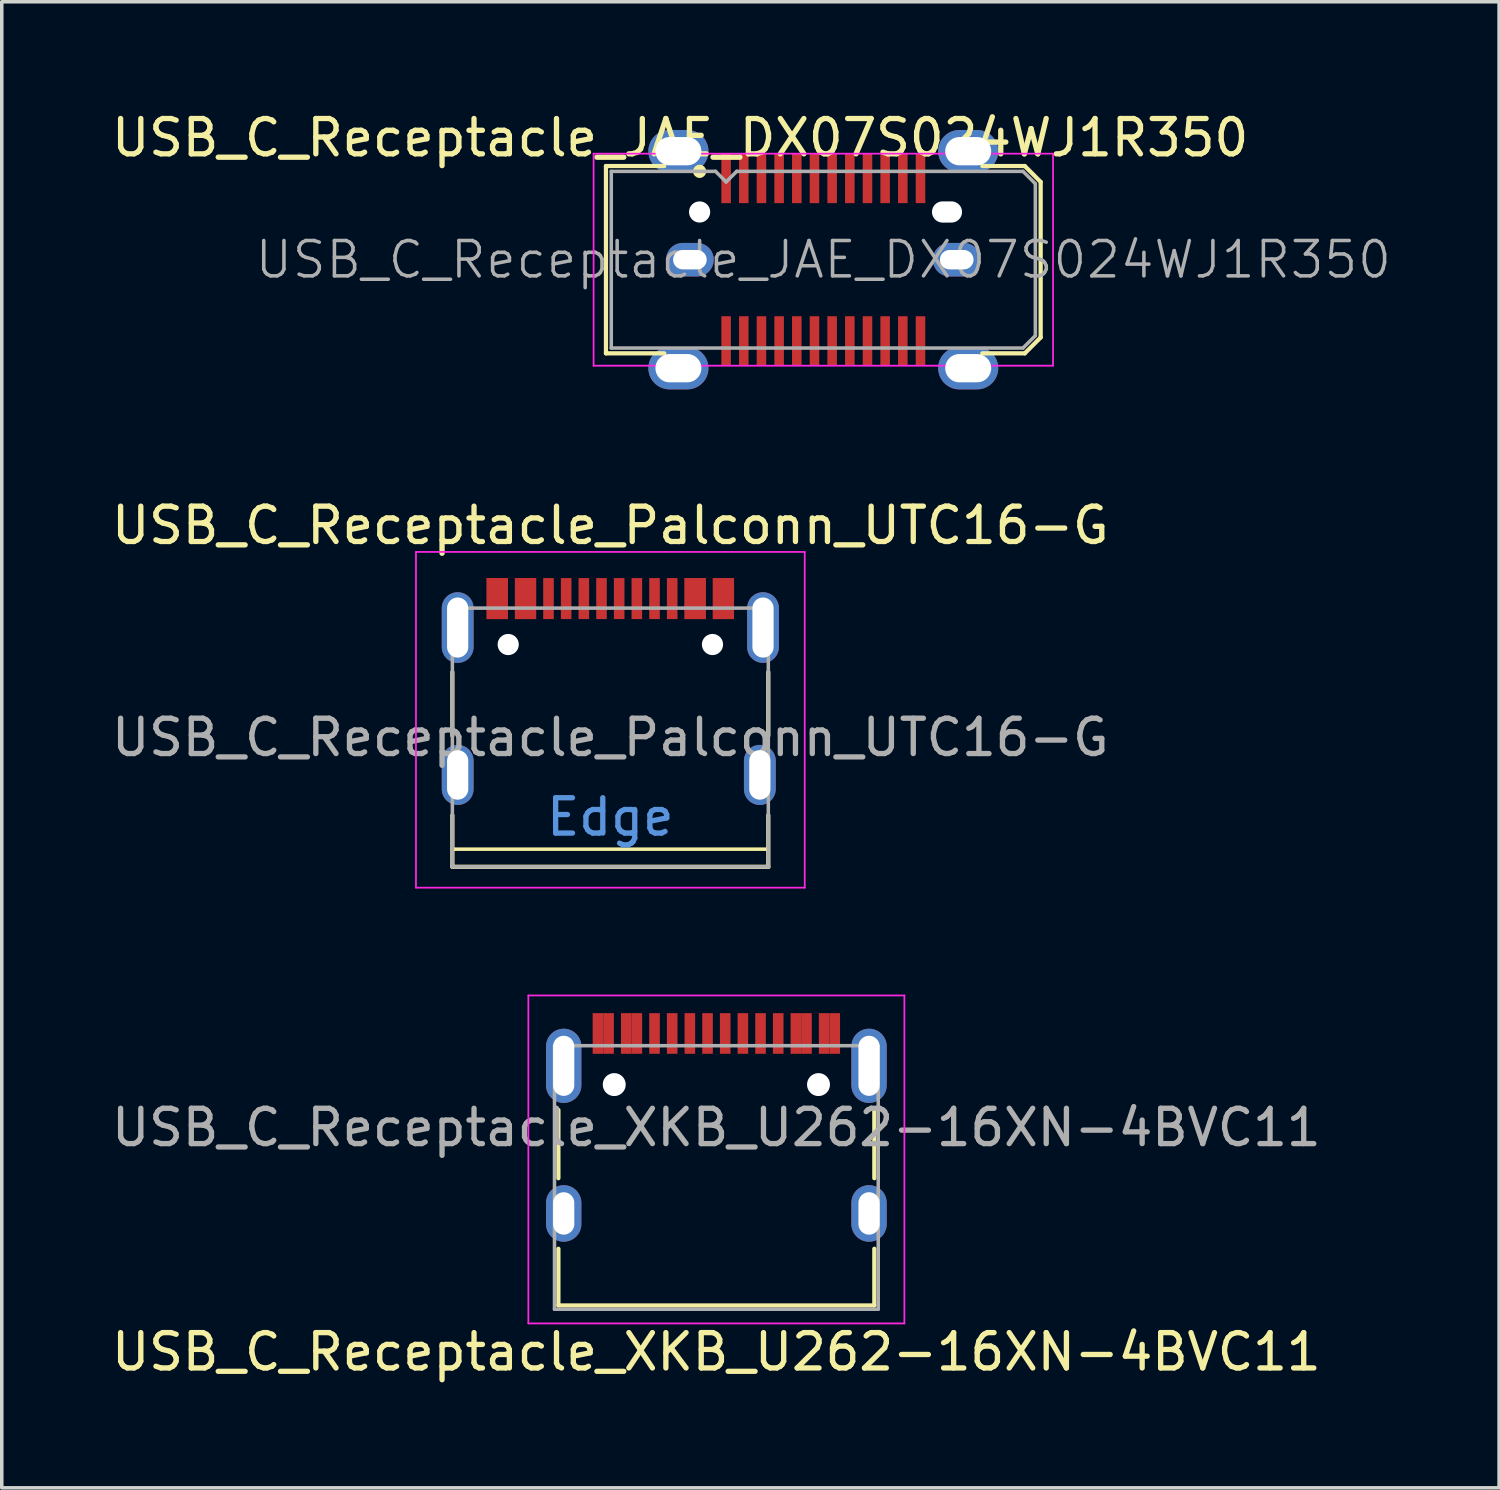
<source format=kicad_pcb>
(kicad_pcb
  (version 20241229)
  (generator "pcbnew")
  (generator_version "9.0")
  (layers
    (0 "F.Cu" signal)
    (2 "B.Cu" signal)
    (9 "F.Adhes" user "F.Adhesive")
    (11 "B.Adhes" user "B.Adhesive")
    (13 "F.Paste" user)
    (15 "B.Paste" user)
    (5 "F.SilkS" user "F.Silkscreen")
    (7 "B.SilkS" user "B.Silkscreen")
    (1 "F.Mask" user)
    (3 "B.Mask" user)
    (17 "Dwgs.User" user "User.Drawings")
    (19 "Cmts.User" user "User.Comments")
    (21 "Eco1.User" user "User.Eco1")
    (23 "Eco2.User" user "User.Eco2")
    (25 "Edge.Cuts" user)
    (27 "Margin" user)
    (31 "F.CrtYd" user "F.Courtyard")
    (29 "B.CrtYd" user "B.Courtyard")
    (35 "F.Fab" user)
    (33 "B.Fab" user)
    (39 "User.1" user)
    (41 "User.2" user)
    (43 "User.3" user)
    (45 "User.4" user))
  (footprint "USB_C_Receptacle_JAE_DX07S024WJ1R350"
    (layer "F.Cu")
    (at 20.246 4.298)
    (property "Reference" "USB_C_Receptacle_JAE_DX07S024WJ1R350" (at -4.05 -3.45 0) (layer "F.SilkS") (effects (font (size 1 1) (thickness 0.15))))
    (attr smd)
    (fp_line (start -6.15 -2.65) (end -6.15 2.65) (stroke (width 0.12) (type solid)) (layer "F.SilkS"))
    (fp_line (start -6.15 -2.65) (end -4.5 -2.65) (stroke (width 0.12) (type solid)) (layer "F.SilkS"))
    (fp_line (start -6.15 2.65) (end -4.5 2.65) (stroke (width 0.12) (type solid)) (layer "F.SilkS"))
    (fp_line (start 4.5 -2.65) (end 5.7 -2.65) (stroke (width 0.12) (type solid)) (layer "F.SilkS"))
    (fp_line (start 4.5 2.65) (end 5.7 2.65) (stroke (width 0.12) (type solid)) (layer "F.SilkS"))
    (fp_line (start 5.7 -2.65) (end 6.15 -2.2) (stroke (width 0.12) (type solid)) (layer "F.SilkS"))
    (fp_line (start 5.7 2.65) (end 6.15 2.2) (stroke (width 0.12) (type solid)) (layer "F.SilkS"))
    (fp_line (start 6.15 -2.2) (end 6.15 2.2) (stroke (width 0.12) (type solid)) (layer "F.SilkS"))
    (fp_circle (center -3.5 -2.5) (end -3.388 -2.5) (stroke (width 0.15) (type solid)) (fill no) (layer "F.SilkS"))
    (fp_line (start -6.5 -3) (end 6.5 -3) (stroke (width 0.05) (type solid)) (layer "F.CrtYd"))
    (fp_line (start -6.5 3) (end -6.5 -3) (stroke (width 0.05) (type solid)) (layer "F.CrtYd"))
    (fp_line (start 6.5 -3) (end 6.5 3) (stroke (width 0.05) (type solid)) (layer "F.CrtYd"))
    (fp_line (start 6.5 3) (end -6.5 3) (stroke (width 0.05) (type solid)) (layer "F.CrtYd"))
    (fp_line (start -6 -2.5) (end -3.05 -2.5) (stroke (width 0.1) (type solid)) (layer "F.Fab"))
    (fp_line (start -6 2.5) (end -6 -2.5) (stroke (width 0.1) (type solid)) (layer "F.Fab"))
    (fp_line (start -6 2.5) (end 5.65 2.5) (stroke (width 0.1) (type solid)) (layer "F.Fab"))
    (fp_line (start -3.05 -2.5) (end -2.75 -2.2) (stroke (width 0.1) (type solid)) (layer "F.Fab"))
    (fp_line (start -2.75 -2.2) (end -2.45 -2.5) (stroke (width 0.1) (type solid)) (layer "F.Fab"))
    (fp_line (start 5.65 -2.5) (end -2.45 -2.5) (stroke (width 0.1) (type solid)) (layer "F.Fab"))
    (fp_line (start 5.65 -2.5) (end 6 -2.15) (stroke (width 0.1) (type solid)) (layer "F.Fab"))
    (fp_line (start 5.65 2.5) (end 6 2.15) (stroke (width 0.1) (type solid)) (layer "F.Fab"))
    (fp_line (start 6 2.15) (end 6 -2.15) (stroke (width 0.1) (type solid)) (layer "F.Fab"))
    (fp_text user "${REFERENCE}" (at 0 0 0) (layer "F.Fab") (effects (font (size 1 1) (thickness 0.1))))
    (pad "" np_thru_hole circle (at -3.5 -1.35) (size 0.6 0.6) (drill 0.6) (layers "*.Cu" "*.Mask"))
    (pad "" np_thru_hole oval (at 3.5 -1.35) (size 0.85 0.6) (drill oval 0.85 0.6) (layers "*.Cu" "*.Mask"))
    (pad "A1" smd rect (at -2.75 -2.3) (size 0.27 1.4) (layers "F.Cu" "F.Mask" "F.Paste"))
    (pad "A2" smd rect (at -2.25 -2.3) (size 0.27 1.4) (layers "F.Cu" "F.Mask" "F.Paste"))
    (pad "A3" smd rect (at -1.75 -2.3) (size 0.27 1.4) (layers "F.Cu" "F.Mask" "F.Paste"))
    (pad "A4" smd rect (at -1.25 -2.3) (size 0.27 1.4) (layers "F.Cu" "F.Mask" "F.Paste"))
    (pad "A5" smd rect (at -0.75 -2.3) (size 0.27 1.4) (layers "F.Cu" "F.Mask" "F.Paste"))
    (pad "A6" smd rect (at -0.25 -2.3) (size 0.27 1.4) (layers "F.Cu" "F.Mask" "F.Paste"))
    (pad "A7" smd rect (at 0.25 -2.3) (size 0.27 1.4) (layers "F.Cu" "F.Mask" "F.Paste"))
    (pad "A8" smd rect (at 0.75 -2.3) (size 0.27 1.4) (layers "F.Cu" "F.Mask" "F.Paste"))
    (pad "A9" smd rect (at 1.25 -2.3) (size 0.27 1.4) (layers "F.Cu" "F.Mask" "F.Paste"))
    (pad "A10" smd rect (at 1.75 -2.3) (size 0.27 1.4) (layers "F.Cu" "F.Mask" "F.Paste"))
    (pad "A11" smd rect (at 2.25 -2.3) (size 0.27 1.4) (layers "F.Cu" "F.Mask" "F.Paste"))
    (pad "A12" smd rect (at 2.75 -2.3) (size 0.27 1.4) (layers "F.Cu" "F.Mask" "F.Paste"))
    (pad "B1" smd rect (at 2.75 2.3) (size 0.27 1.4) (layers "F.Cu" "F.Mask" "F.Paste"))
    (pad "B2" smd rect (at 2.25 2.3) (size 0.27 1.4) (layers "F.Cu" "F.Mask" "F.Paste"))
    (pad "B3" smd rect (at 1.75 2.3) (size 0.27 1.4) (layers "F.Cu" "F.Mask" "F.Paste"))
    (pad "B4" smd rect (at 1.25 2.3) (size 0.27 1.4) (layers "F.Cu" "F.Mask" "F.Paste"))
    (pad "B5" smd rect (at 0.75 2.3) (size 0.27 1.4) (layers "F.Cu" "F.Mask" "F.Paste"))
    (pad "B6" smd rect (at 0.25 2.3) (size 0.27 1.4) (layers "F.Cu" "F.Mask" "F.Paste"))
    (pad "B7" smd rect (at -0.25 2.3) (size 0.27 1.4) (layers "F.Cu" "F.Mask" "F.Paste"))
    (pad "B8" smd rect (at -0.75 2.3) (size 0.27 1.4) (layers "F.Cu" "F.Mask" "F.Paste"))
    (pad "B9" smd rect (at -1.25 2.3) (size 0.27 1.4) (layers "F.Cu" "F.Mask" "F.Paste"))
    (pad "B10" smd rect (at -1.75 2.3) (size 0.27 1.4) (layers "F.Cu" "F.Mask" "F.Paste"))
    (pad "B11" smd rect (at -2.25 2.3) (size 0.27 1.4) (layers "F.Cu" "F.Mask" "F.Paste"))
    (pad "B12" smd rect (at -2.75 2.3) (size 0.27 1.4) (layers "F.Cu" "F.Mask" "F.Paste"))
    (pad "S1" thru_hole oval (at -4.1 -3.07 90) (size 1.2 1.7) (drill oval 0.8 1.3) (layers "*.Cu" "*.Mask"))
    (pad "S1" thru_hole oval (at -4.1 3.07 90) (size 1.2 1.7) (drill oval 0.8 1.3) (layers "*.Cu" "*.Mask"))
    (pad "S1" thru_hole oval (at -3.775 0 90) (size 0.95 1.35) (drill oval 0.55 0.95) (layers "*.Cu" "*.Mask"))
    (pad "S1" thru_hole oval (at 3.775 0 90) (size 0.95 1.35) (drill oval 0.55 0.95) (layers "*.Cu" "*.Mask"))
    (pad "S1" thru_hole oval (at 4.1 -3.07 90) (size 1.2 1.7) (drill oval 0.8 1.3) (layers "*.Cu" "*.Mask"))
    (pad "S1" thru_hole oval (at 4.1 3.07 90) (size 1.2 1.7) (drill oval 0.8 1.3) (layers "*.Cu" "*.Mask")))
  (footprint "USB_C_Receptacle_XKB_U262-16XN-4BVC11"
    (layer "F.Cu")
    (at 17.22 30.267)
    (property "Reference" "USB_C_Receptacle_XKB_U262-16XN-4BVC11" (at 0 4.935 0) (layer "F.SilkS") (effects (font (size 1 1) (thickness 0.15))))
    (attr smd)
    (fp_line (start -4.47 -1.909) (end -4.47 0.021) (stroke (width 0.12) (type solid)) (layer "F.SilkS"))
    (fp_line (start -4.47 3.619) (end -4.47 2.018) (stroke (width 0.12) (type solid)) (layer "F.SilkS"))
    (fp_line (start 4.47 0.021) (end 4.47 -1.909) (stroke (width 0.12) (type solid)) (layer "F.SilkS"))
    (fp_line (start 4.47 2.018) (end 4.47 3.619) (stroke (width 0.12) (type solid)) (layer "F.SilkS"))
    (fp_line (start 4.47 3.622) (end -4.47 3.622) (stroke (width 0.12) (type solid)) (layer "F.SilkS"))
    (fp_line (start -5.32 -5.15) (end 5.32 -5.15) (stroke (width 0.05) (type solid)) (layer "F.CrtYd"))
    (fp_line (start -5.32 4.13) (end -5.32 -5.15) (stroke (width 0.05) (type solid)) (layer "F.CrtYd"))
    (fp_line (start 5.32 -5.15) (end 5.32 4.13) (stroke (width 0.05) (type solid)) (layer "F.CrtYd"))
    (fp_line (start 5.32 4.13) (end -5.32 4.13) (stroke (width 0.05) (type solid)) (layer "F.CrtYd"))
    (fp_line (start -4.58 -3.728) (end -4.58 3.728) (stroke (width 0.1) (type solid)) (layer "F.Fab"))
    (fp_line (start -4.58 3.728) (end 4.58 3.728) (stroke (width 0.1) (type solid)) (layer "F.Fab"))
    (fp_line (start -4.47 -3.728) (end 4.47 -3.728) (stroke (width 0.1) (type solid)) (layer "F.Fab"))
    (fp_line (start 4.58 3.728) (end 4.58 -3.728) (stroke (width 0.1) (type solid)) (layer "F.Fab"))
    (fp_text user "${REFERENCE}" (at 0 -1.413 0) (layer "F.Fab") (effects (font (size 1 1) (thickness 0.15))))
    (pad "" np_thru_hole circle (at -2.89 -2.628) (size 0.65 0.65) (drill 0.65) (layers "*.Cu" "*.Mask"))
    (pad "" np_thru_hole circle (at 2.89 -2.628) (size 0.65 0.65) (drill 0.65) (layers "*.Cu" "*.Mask"))
    (pad "A1" smd rect (at -3.35 -4.074) (size 0.3 1.15) (layers "F.Cu" "F.Mask" "F.Paste"))
    (pad "A4" smd rect (at -2.55 -4.074) (size 0.3 1.15) (layers "F.Cu" "F.Mask" "F.Paste"))
    (pad "A5" smd rect (at -1.25 -4.074) (size 0.3 1.15) (layers "F.Cu" "F.Mask" "F.Paste"))
    (pad "A6" smd rect (at -0.25 -4.074) (size 0.3 1.15) (layers "F.Cu" "F.Mask" "F.Paste"))
    (pad "A7" smd rect (at 0.25 -4.074) (size 0.3 1.15) (layers "F.Cu" "F.Mask" "F.Paste"))
    (pad "A8" smd rect (at 1.25 -4.074) (size 0.3 1.15) (layers "F.Cu" "F.Mask" "F.Paste"))
    (pad "A9" smd rect (at 2.55 -4.074) (size 0.3 1.15) (layers "F.Cu" "F.Mask" "F.Paste"))
    (pad "A12" smd rect (at 3.35 -4.074) (size 0.3 1.15) (layers "F.Cu" "F.Mask" "F.Paste"))
    (pad "B1" smd rect (at 3.05 -4.074) (size 0.3 1.15) (layers "F.Cu" "F.Mask" "F.Paste"))
    (pad "B4" smd rect (at 2.25 -4.074) (size 0.3 1.15) (layers "F.Cu" "F.Mask" "F.Paste"))
    (pad "B5" smd rect (at 1.75 -4.074) (size 0.3 1.15) (layers "F.Cu" "F.Mask" "F.Paste"))
    (pad "B6" smd rect (at 0.75 -4.074) (size 0.3 1.15) (layers "F.Cu" "F.Mask" "F.Paste"))
    (pad "B7" smd rect (at -0.75 -4.074) (size 0.3 1.15) (layers "F.Cu" "F.Mask" "F.Paste"))
    (pad "B8" smd rect (at -1.75 -4.074) (size 0.3 1.15) (layers "F.Cu" "F.Mask" "F.Paste"))
    (pad "B9" smd rect (at -2.25 -4.074) (size 0.3 1.15) (layers "F.Cu" "F.Mask" "F.Paste"))
    (pad "B12" smd rect (at -3.05 -4.074) (size 0.3 1.15) (layers "F.Cu" "F.Mask" "F.Paste"))
    (pad "S1" thru_hole oval (at -4.32 -3.159) (size 1 2.1) (drill oval 0.6 1.7) (layers "*.Cu" "*.Mask"))
    (pad "S1" thru_hole oval (at -4.32 1.018) (size 1 1.6) (drill oval 0.6 1.2) (layers "*.Cu" "*.Mask"))
    (pad "S1" thru_hole oval (at 4.32 -3.159) (size 1 2.1) (drill oval 0.6 1.7) (layers "*.Cu" "*.Mask"))
    (pad "S1" thru_hole oval (at 4.32 1.018) (size 1 1.6) (drill oval 0.6 1.2) (layers "*.Cu" "*.Mask")))
  (footprint "USB_C_Receptacle_Palconn_UTC16-G"
    (layer "F.Cu")
    (at 14.22 16.517)
    (property "Reference" "USB_C_Receptacle_Palconn_UTC16-G" (at 0 -4.7 0) (layer "F.SilkS") (effects (font (size 1 1) (thickness 0.15))))
    (attr smd)
    (fp_line (start -4.47 -0.55) (end -4.47 1.25) (stroke (width 0.12) (type solid)) (layer "F.SilkS"))
    (fp_line (start -4.47 4.46) (end 4.47 4.46) (stroke (width 0.1) (type solid)) (layer "F.SilkS"))
    (fp_line (start -4.47 4.96) (end -4.47 3.5) (stroke (width 0.12) (type solid)) (layer "F.SilkS"))
    (fp_line (start 4.47 -0.55) (end 4.47 1.25) (stroke (width 0.12) (type solid)) (layer "F.SilkS"))
    (fp_line (start 4.47 4.96) (end -4.47 4.96) (stroke (width 0.12) (type solid)) (layer "F.SilkS"))
    (fp_line (start 4.47 4.96) (end 4.47 3.5) (stroke (width 0.12) (type solid)) (layer "F.SilkS"))
    (fp_line (start -5.5 -3.95) (end -5.5 5.55) (stroke (width 0.05) (type solid)) (layer "F.CrtYd"))
    (fp_line (start -5.5 5.55) (end 5.5 5.55) (stroke (width 0.05) (type solid)) (layer "F.CrtYd"))
    (fp_line (start 5.5 -3.95) (end -5.5 -3.95) (stroke (width 0.05) (type solid)) (layer "F.CrtYd"))
    (fp_line (start 5.5 5.55) (end 5.5 -3.95) (stroke (width 0.05) (type solid)) (layer "F.CrtYd"))
    (fp_line (start -4.47 -2.36) (end -4.47 4.96) (stroke (width 0.1) (type solid)) (layer "F.Fab"))
    (fp_line (start -4.47 -2.36) (end 4.47 -2.36) (stroke (width 0.1) (type solid)) (layer "F.Fab"))
    (fp_line (start 4.47 -2.36) (end 4.47 4.96) (stroke (width 0.1) (type solid)) (layer "F.Fab"))
    (fp_line (start 4.47 4.96) (end -4.47 4.96) (stroke (width 0.1) (type solid)) (layer "F.Fab"))
    (fp_text user "Edge" (at 0 3.55 0) (layer "Cmts.User") (effects (font (size 1 1) (thickness 0.15))))
    (fp_text user "${REFERENCE}" (at 0 1.3 0) (layer "F.Fab") (effects (font (size 1 1) (thickness 0.15))))
    (pad "" np_thru_hole circle (at -2.89 -1.33 180) (size 0.6 0.6) (drill 0.6) (layers "*.Cu" "*.Mask"))
    (pad "" np_thru_hole circle (at 2.89 -1.33 180) (size 0.6 0.6) (drill 0.6) (layers "*.Cu" "*.Mask"))
    (pad "A1" smd rect (at -3.2 -2.63) (size 0.6 1.16) (layers "F.Cu" "F.Mask" "F.Paste"))
    (pad "A4" smd rect (at -2.4 -2.63) (size 0.6 1.16) (layers "F.Cu" "F.Mask" "F.Paste"))
    (pad "A5" smd rect (at -1.25 -2.63 180) (size 0.3 1.16) (layers "F.Cu" "F.Mask" "F.Paste"))
    (pad "A6" smd rect (at -0.25 -2.63 180) (size 0.3 1.16) (layers "F.Cu" "F.Mask" "F.Paste"))
    (pad "A7" smd rect (at 0.25 -2.63 180) (size 0.3 1.16) (layers "F.Cu" "F.Mask" "F.Paste"))
    (pad "A8" smd rect (at 1.25 -2.63 180) (size 0.3 1.16) (layers "F.Cu" "F.Mask" "F.Paste"))
    (pad "A9" smd rect (at 2.4 -2.63) (size 0.6 1.16) (layers "F.Cu" "F.Mask" "F.Paste"))
    (pad "A12" smd rect (at 3.2 -2.63) (size 0.6 1.16) (layers "F.Cu" "F.Mask" "F.Paste"))
    (pad "B1" smd rect (at 3.2 -2.63) (size 0.6 1.16) (layers "F.Cu" "F.Mask" "F.Paste"))
    (pad "B4" smd rect (at 2.4 -2.63) (size 0.6 1.16) (layers "F.Cu" "F.Mask" "F.Paste"))
    (pad "B5" smd rect (at 1.75 -2.63 180) (size 0.3 1.16) (layers "F.Cu" "F.Mask" "F.Paste"))
    (pad "B6" smd rect (at 0.75 -2.63 180) (size 0.3 1.16) (layers "F.Cu" "F.Mask" "F.Paste"))
    (pad "B7" smd rect (at -0.75 -2.63 180) (size 0.3 1.16) (layers "F.Cu" "F.Mask" "F.Paste"))
    (pad "B8" smd rect (at -1.75 -2.63 180) (size 0.3 1.16) (layers "F.Cu" "F.Mask" "F.Paste"))
    (pad "B9" smd rect (at -2.4 -2.63) (size 0.6 1.16) (layers "F.Cu" "F.Mask" "F.Paste"))
    (pad "B12" smd rect (at -3.2 -2.63) (size 0.6 1.16) (layers "F.Cu" "F.Mask" "F.Paste"))
    (pad "S1" thru_hole oval (at -4.32 -1.81 90) (size 2 0.9) (drill oval 1.7 0.6) (layers "*.Cu" "*.Mask"))
    (pad "S1" thru_hole oval (at -4.32 2.36 90) (size 1.7 0.9) (drill oval 1.4 0.6) (layers "*.Cu" "*.Mask"))
    (pad "S1" thru_hole oval (at 4.23 2.36 90) (size 1.7 0.9) (drill oval 1.4 0.6) (layers "*.Cu" "*.Mask"))
    (pad "S1" thru_hole oval (at 4.32 -1.81 90) (size 2 0.9) (drill oval 1.7 0.6) (layers "*.Cu" "*.Mask")))
  (gr_rect
    (start -3 -3)
    (end 39.368 39.05)
    (stroke (width 0.1) (type default))
    (fill no)
    (layer "Edge.Cuts")))
</source>
